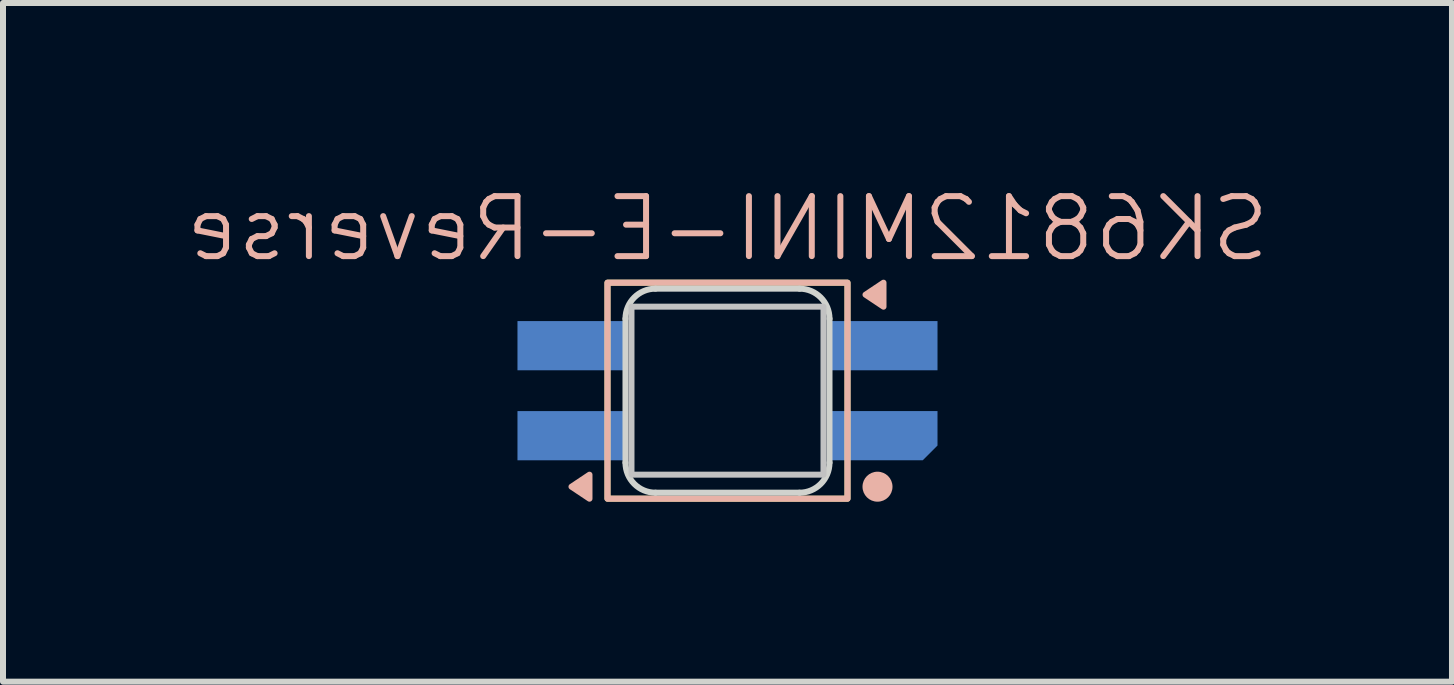
<source format=kicad_pcb>
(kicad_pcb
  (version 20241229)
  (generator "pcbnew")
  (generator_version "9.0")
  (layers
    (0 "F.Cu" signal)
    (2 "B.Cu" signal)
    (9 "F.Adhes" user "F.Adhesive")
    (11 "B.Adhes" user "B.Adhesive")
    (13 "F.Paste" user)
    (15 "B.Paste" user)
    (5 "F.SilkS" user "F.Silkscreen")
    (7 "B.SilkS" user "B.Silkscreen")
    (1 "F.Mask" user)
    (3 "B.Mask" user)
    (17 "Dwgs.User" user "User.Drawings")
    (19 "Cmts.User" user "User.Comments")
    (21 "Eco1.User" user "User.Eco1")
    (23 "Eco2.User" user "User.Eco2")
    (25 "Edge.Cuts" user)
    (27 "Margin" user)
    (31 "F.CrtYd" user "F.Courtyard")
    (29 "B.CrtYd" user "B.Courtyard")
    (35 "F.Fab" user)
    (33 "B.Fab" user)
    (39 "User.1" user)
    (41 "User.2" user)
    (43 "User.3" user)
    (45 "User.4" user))
  (footprint "SK6812MINI-E-Reverse"
    (layer "F.Cu")
    (at 9.074 3.461)
    (property "Reference" "SK6812MINI-E-Reverse" (at 0 -2.7 0) (unlocked yes) (layer "B.SilkS") (effects (font (size 1 1) (thickness 0.1)) (justify mirror)))
    (attr smd)
    (fp_rect (start -2 -1.8) (end 2 1.8) (stroke (width 0.1) (type default)) (fill no) (layer "F.SilkS"))
    (fp_rect (start -2 -1.8) (end 2 1.8) (stroke (width 0.1) (type default)) (fill no) (layer "B.SilkS"))
    (fp_circle (center 2.5 1.6) (end 2.25 1.6) (stroke (width 0) (type solid)) (fill yes) (layer "B.SilkS"))
    (fp_poly (pts (xy -2.3 1.8) (xy -2.6 1.6) (xy -2.3 1.4)) (stroke (width 0.1) (type solid)) (fill yes) (layer "B.SilkS"))
    (fp_poly (pts (xy 2.6 -1.4) (xy 2.3 -1.6) (xy 2.6 -1.8)) (stroke (width 0.1) (type solid)) (fill yes) (layer "B.SilkS"))
    (fp_rect (start -1.6 -1.4) (end 1.6 1.4) (stroke (width 0.1) (type default)) (fill no) (layer "Dwgs.User"))
    (fp_line (start -1.7 1.2) (end -1.7 -1.2) (stroke (width 0.1) (type default)) (layer "Edge.Cuts"))
    (fp_line (start -1.2 -1.7) (end 1.2 -1.7) (stroke (width 0.1) (type default)) (layer "Edge.Cuts"))
    (fp_line (start 1.2 1.7) (end -1.2 1.7) (stroke (width 0.1) (type default)) (layer "Edge.Cuts"))
    (fp_line (start 1.7 -1.2) (end 1.7 1.2) (stroke (width 0.1) (type default)) (layer "Edge.Cuts"))
    (fp_arc (start -1.7 -1.2) (mid -1.553553 -1.553553) (end -1.2 -1.7) (stroke (width 0.1) (type default)) (layer "Edge.Cuts"))
    (fp_arc (start -1.2 1.7) (mid -1.553553 1.553553) (end -1.7 1.2) (stroke (width 0.1) (type default)) (layer "Edge.Cuts"))
    (fp_arc (start 1.2 -1.7) (mid 1.553553 -1.553553) (end 1.7 -1.2) (stroke (width 0.1) (type default)) (layer "Edge.Cuts"))
    (fp_arc (start 1.7 1.2) (mid 1.553553 1.553553) (end 1.2 1.7) (stroke (width 0.1) (type default)) (layer "Edge.Cuts"))
    (pad "1" smd rect (at -2.6 -0.75) (size 1.8 0.82) (layers "B.Cu" "B.Mask" "B.Paste"))
    (pad "2" smd rect (at -2.6 0.75) (size 1.8 0.82) (layers "B.Cu" "B.Mask" "B.Paste"))
    (pad "3" smd roundrect (at 2.6 0.75) (size 1.8 0.82) (layers "B.Cu" "B.Mask" "B.Paste") (roundrect_rratio 0) (chamfer_ratio 0.3) (chamfer bottom_right))
    (pad "4" smd rect (at 2.6 -0.75) (size 1.8 0.82) (layers "B.Cu" "B.Mask" "B.Paste")))
  (gr_rect
    (start -3 -3)
    (end 21.148 8.31)
    (stroke (width 0.1) (type default))
    (fill no)
    (layer "Edge.Cuts")))
</source>
